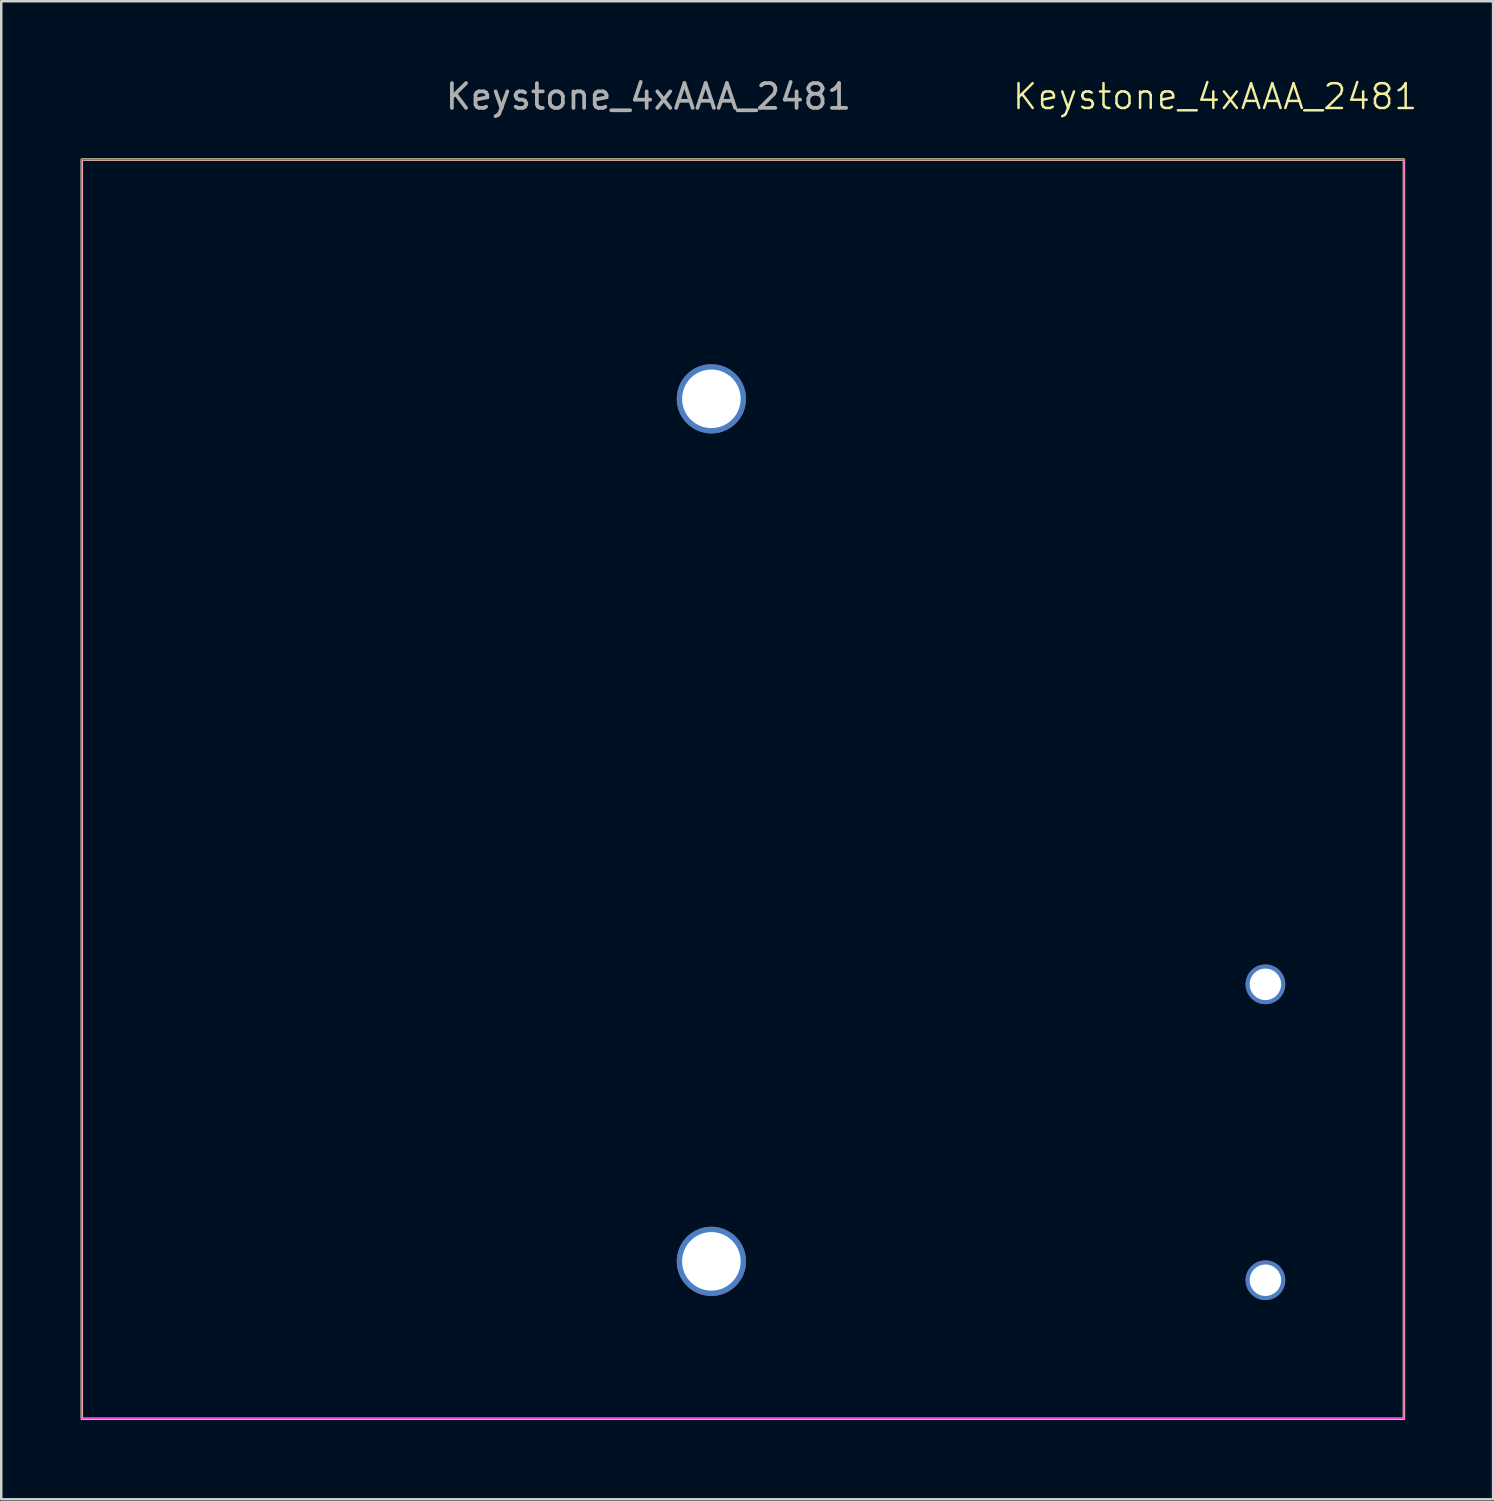
<source format=kicad_pcb>
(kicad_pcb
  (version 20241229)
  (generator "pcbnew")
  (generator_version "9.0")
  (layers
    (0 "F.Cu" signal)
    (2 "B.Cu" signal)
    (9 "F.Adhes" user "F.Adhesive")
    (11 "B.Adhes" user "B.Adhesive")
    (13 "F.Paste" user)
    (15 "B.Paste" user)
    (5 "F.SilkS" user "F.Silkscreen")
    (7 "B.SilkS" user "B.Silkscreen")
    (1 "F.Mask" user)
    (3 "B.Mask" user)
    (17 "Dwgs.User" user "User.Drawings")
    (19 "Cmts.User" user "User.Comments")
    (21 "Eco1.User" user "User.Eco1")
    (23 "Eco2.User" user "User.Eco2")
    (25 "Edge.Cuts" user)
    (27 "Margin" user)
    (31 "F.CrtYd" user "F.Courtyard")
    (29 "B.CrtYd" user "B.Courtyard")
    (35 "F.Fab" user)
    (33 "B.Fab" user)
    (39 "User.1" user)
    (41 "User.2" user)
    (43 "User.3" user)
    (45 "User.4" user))
  (footprint "Keystone_4xAAA_2481"
    (layer "F.Cu")
    (at 0.25 54.188)
    (property "Reference" "Keystone_4xAAA_2481" (at 45.72 -53.34 0) (unlocked yes) (layer "F.SilkS") (effects (font (size 1 1) (thickness 0.1))))
    (attr through_hole)
    (fp_rect (start 0 0) (end 53.34 -50.8) (stroke (width 0.1) (type default)) (fill no) (layer "F.SilkS"))
    (fp_rect (start 0 -50.8) (end 53.34 0) (stroke (width 0.05) (type default)) (fill no) (layer "F.CrtYd"))
    (fp_text user "${REFERENCE}" (at 22.86 -53.34 0) (unlocked yes) (layer "F.Fab") (effects (font (size 1 1) (thickness 0.15))))
    (pad "1" thru_hole circle (at 47.752 -5.588) (size 1.6 1.6) (drill 1.27) (layers "*.Cu" "*.Mask"))
    (pad "2" thru_hole circle (at 47.752 -17.526) (size 1.6 1.6) (drill 1.27) (layers "*.Cu" "*.Mask"))
    (pad "3" thru_hole circle (at 25.4 -41.148) (size 2.794 2.794) (drill 2.362) (layers "*.Cu" "*.Mask"))
    (pad "4" thru_hole circle (at 25.4 -6.35) (size 2.794 2.794) (drill 2.362) (layers "*.Cu" "*.Mask")))
  (gr_rect
    (start -3 -3)
    (end 57.187 57.438)
    (stroke (width 0.1) (type default))
    (fill no)
    (layer "Edge.Cuts")))
</source>
